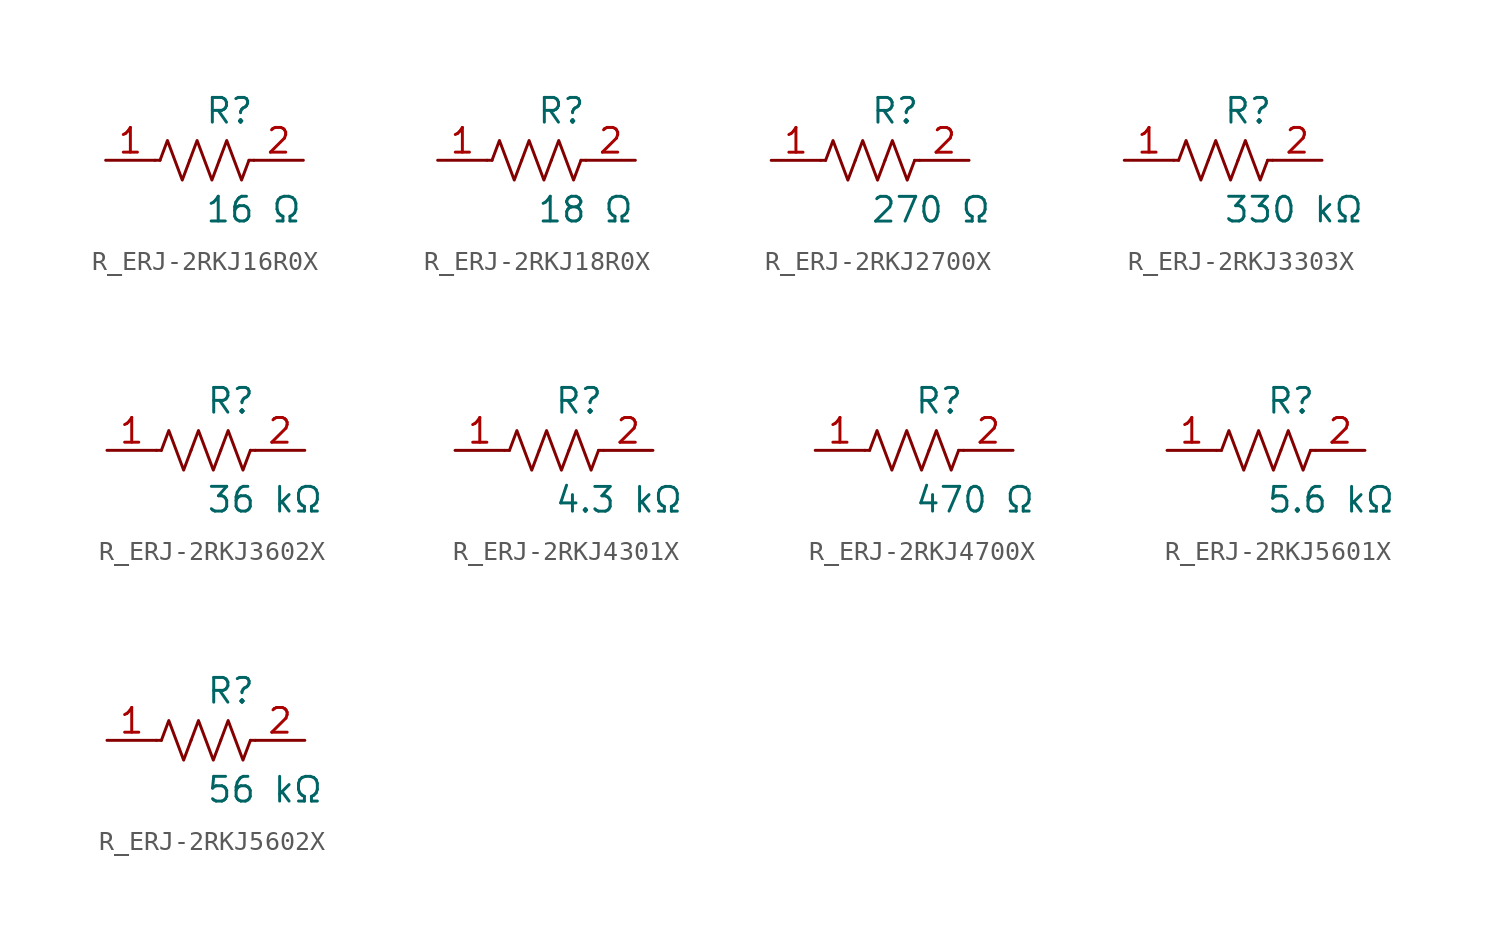
<source format=kicad_sym>
(kicad_symbol_lib
  (version 20231120)
  (generator kicad_symbol_editor)
  (generator_version 8.0)
  (symbol "R_ERJ-2RKJ16R0X"
    (pin_names
      (offset 0.254))
    (property "Reference" "R"
      (at 0.0 2.54 0)
      (effects (font (size 1.27 1.27)) (justify left)))
    (property "Value" "16 Ω"
      (at 0.0 -2.54 0)
      (effects (font (size 1.27 1.27)) (justify left)))
    (symbol "R_ERJ-2RKJ16R0X_0_1"
      (polyline (pts (xy 2.286 0) (xy 2.54 0)) (stroke (width 0) (type default)) (fill (type none)))
      (polyline (pts (xy -2.286 0) (xy -2.54 0)) (stroke (width 0) (type default)) (fill (type none)))
      (polyline (pts (xy 0.762 0) (xy 1.143 1.016) (xy 1.524 0) (xy 1.905 -1.016) (xy 2.286 0)) (stroke (width 0) (type default)) (fill (type none)))
      (polyline (pts (xy -0.762 0) (xy -0.381 1.016) (xy 0 0) (xy 0.381 -1.016) (xy 0.762 0)) (stroke (width 0) (type default)) (fill (type none)))
      (polyline (pts (xy -2.286 0) (xy -1.905 1.016) (xy -1.524 0) (xy -1.143 -1.016) (xy -0.762 0)) (stroke (width 0) (type default)) (fill (type none))))
    (pin unspecified line
      (at -5.08 0 0)
      (length 2.54)
      (name "" (effects (font (size 1.27 1.27))))
      (number "1" (effects (font (size 1.27 1.27)))))
    (pin unspecified line
      (at 5.08 0 180)
      (length 2.54)
      (name "" (effects (font (size 1.27 1.27))))
      (number "2" (effects (font (size 1.27 1.27))))))
  (symbol "R_ERJ-2RKJ18R0X"
    (pin_names
      (offset 0.254))
    (property "Reference" "R"
      (at 0.0 2.54 0)
      (effects (font (size 1.27 1.27)) (justify left)))
    (property "Value" "18 Ω"
      (at 0.0 -2.54 0)
      (effects (font (size 1.27 1.27)) (justify left)))
    (symbol "R_ERJ-2RKJ18R0X_0_1"
      (polyline (pts (xy 2.286 0) (xy 2.54 0)) (stroke (width 0) (type default)) (fill (type none)))
      (polyline (pts (xy -2.286 0) (xy -2.54 0)) (stroke (width 0) (type default)) (fill (type none)))
      (polyline (pts (xy 0.762 0) (xy 1.143 1.016) (xy 1.524 0) (xy 1.905 -1.016) (xy 2.286 0)) (stroke (width 0) (type default)) (fill (type none)))
      (polyline (pts (xy -0.762 0) (xy -0.381 1.016) (xy 0 0) (xy 0.381 -1.016) (xy 0.762 0)) (stroke (width 0) (type default)) (fill (type none)))
      (polyline (pts (xy -2.286 0) (xy -1.905 1.016) (xy -1.524 0) (xy -1.143 -1.016) (xy -0.762 0)) (stroke (width 0) (type default)) (fill (type none))))
    (pin unspecified line
      (at -5.08 0 0)
      (length 2.54)
      (name "" (effects (font (size 1.27 1.27))))
      (number "1" (effects (font (size 1.27 1.27)))))
    (pin unspecified line
      (at 5.08 0 180)
      (length 2.54)
      (name "" (effects (font (size 1.27 1.27))))
      (number "2" (effects (font (size 1.27 1.27))))))
  (symbol "R_ERJ-2RKJ2700X"
    (pin_names
      (offset 0.254))
    (property "Reference" "R"
      (at 0.0 2.54 0)
      (effects (font (size 1.27 1.27)) (justify left)))
    (property "Value" "270 Ω"
      (at 0.0 -2.54 0)
      (effects (font (size 1.27 1.27)) (justify left)))
    (symbol "R_ERJ-2RKJ2700X_0_1"
      (polyline (pts (xy 2.286 0) (xy 2.54 0)) (stroke (width 0) (type default)) (fill (type none)))
      (polyline (pts (xy -2.286 0) (xy -2.54 0)) (stroke (width 0) (type default)) (fill (type none)))
      (polyline (pts (xy 0.762 0) (xy 1.143 1.016) (xy 1.524 0) (xy 1.905 -1.016) (xy 2.286 0)) (stroke (width 0) (type default)) (fill (type none)))
      (polyline (pts (xy -0.762 0) (xy -0.381 1.016) (xy 0 0) (xy 0.381 -1.016) (xy 0.762 0)) (stroke (width 0) (type default)) (fill (type none)))
      (polyline (pts (xy -2.286 0) (xy -1.905 1.016) (xy -1.524 0) (xy -1.143 -1.016) (xy -0.762 0)) (stroke (width 0) (type default)) (fill (type none))))
    (pin unspecified line
      (at -5.08 0 0)
      (length 2.54)
      (name "" (effects (font (size 1.27 1.27))))
      (number "1" (effects (font (size 1.27 1.27)))))
    (pin unspecified line
      (at 5.08 0 180)
      (length 2.54)
      (name "" (effects (font (size 1.27 1.27))))
      (number "2" (effects (font (size 1.27 1.27))))))
  (symbol "R_ERJ-2RKJ3303X"
    (pin_names
      (offset 0.254))
    (property "Reference" "R"
      (at 0.0 2.54 0)
      (effects (font (size 1.27 1.27)) (justify left)))
    (property "Value" "330 kΩ"
      (at 0.0 -2.54 0)
      (effects (font (size 1.27 1.27)) (justify left)))
    (symbol "R_ERJ-2RKJ3303X_0_1"
      (polyline (pts (xy 2.286 0) (xy 2.54 0)) (stroke (width 0) (type default)) (fill (type none)))
      (polyline (pts (xy -2.286 0) (xy -2.54 0)) (stroke (width 0) (type default)) (fill (type none)))
      (polyline (pts (xy 0.762 0) (xy 1.143 1.016) (xy 1.524 0) (xy 1.905 -1.016) (xy 2.286 0)) (stroke (width 0) (type default)) (fill (type none)))
      (polyline (pts (xy -0.762 0) (xy -0.381 1.016) (xy 0 0) (xy 0.381 -1.016) (xy 0.762 0)) (stroke (width 0) (type default)) (fill (type none)))
      (polyline (pts (xy -2.286 0) (xy -1.905 1.016) (xy -1.524 0) (xy -1.143 -1.016) (xy -0.762 0)) (stroke (width 0) (type default)) (fill (type none))))
    (pin unspecified line
      (at -5.08 0 0)
      (length 2.54)
      (name "" (effects (font (size 1.27 1.27))))
      (number "1" (effects (font (size 1.27 1.27)))))
    (pin unspecified line
      (at 5.08 0 180)
      (length 2.54)
      (name "" (effects (font (size 1.27 1.27))))
      (number "2" (effects (font (size 1.27 1.27))))))
  (symbol "R_ERJ-2RKJ3602X"
    (pin_names
      (offset 0.254))
    (property "Reference" "R"
      (at 0.0 2.54 0)
      (effects (font (size 1.27 1.27)) (justify left)))
    (property "Value" "36 kΩ"
      (at 0.0 -2.54 0)
      (effects (font (size 1.27 1.27)) (justify left)))
    (symbol "R_ERJ-2RKJ3602X_0_1"
      (polyline (pts (xy 2.286 0) (xy 2.54 0)) (stroke (width 0) (type default)) (fill (type none)))
      (polyline (pts (xy -2.286 0) (xy -2.54 0)) (stroke (width 0) (type default)) (fill (type none)))
      (polyline (pts (xy 0.762 0) (xy 1.143 1.016) (xy 1.524 0) (xy 1.905 -1.016) (xy 2.286 0)) (stroke (width 0) (type default)) (fill (type none)))
      (polyline (pts (xy -0.762 0) (xy -0.381 1.016) (xy 0 0) (xy 0.381 -1.016) (xy 0.762 0)) (stroke (width 0) (type default)) (fill (type none)))
      (polyline (pts (xy -2.286 0) (xy -1.905 1.016) (xy -1.524 0) (xy -1.143 -1.016) (xy -0.762 0)) (stroke (width 0) (type default)) (fill (type none))))
    (pin unspecified line
      (at -5.08 0 0)
      (length 2.54)
      (name "" (effects (font (size 1.27 1.27))))
      (number "1" (effects (font (size 1.27 1.27)))))
    (pin unspecified line
      (at 5.08 0 180)
      (length 2.54)
      (name "" (effects (font (size 1.27 1.27))))
      (number "2" (effects (font (size 1.27 1.27))))))
  (symbol "R_ERJ-2RKJ4301X"
    (pin_names
      (offset 0.254))
    (property "Reference" "R"
      (at 0.0 2.54 0)
      (effects (font (size 1.27 1.27)) (justify left)))
    (property "Value" "4.3 kΩ"
      (at 0.0 -2.54 0)
      (effects (font (size 1.27 1.27)) (justify left)))
    (symbol "R_ERJ-2RKJ4301X_0_1"
      (polyline (pts (xy 2.286 0) (xy 2.54 0)) (stroke (width 0) (type default)) (fill (type none)))
      (polyline (pts (xy -2.286 0) (xy -2.54 0)) (stroke (width 0) (type default)) (fill (type none)))
      (polyline (pts (xy 0.762 0) (xy 1.143 1.016) (xy 1.524 0) (xy 1.905 -1.016) (xy 2.286 0)) (stroke (width 0) (type default)) (fill (type none)))
      (polyline (pts (xy -0.762 0) (xy -0.381 1.016) (xy 0 0) (xy 0.381 -1.016) (xy 0.762 0)) (stroke (width 0) (type default)) (fill (type none)))
      (polyline (pts (xy -2.286 0) (xy -1.905 1.016) (xy -1.524 0) (xy -1.143 -1.016) (xy -0.762 0)) (stroke (width 0) (type default)) (fill (type none))))
    (pin unspecified line
      (at -5.08 0 0)
      (length 2.54)
      (name "" (effects (font (size 1.27 1.27))))
      (number "1" (effects (font (size 1.27 1.27)))))
    (pin unspecified line
      (at 5.08 0 180)
      (length 2.54)
      (name "" (effects (font (size 1.27 1.27))))
      (number "2" (effects (font (size 1.27 1.27))))))
  (symbol "R_ERJ-2RKJ4700X"
    (pin_names
      (offset 0.254))
    (property "Reference" "R"
      (at 0.0 2.54 0)
      (effects (font (size 1.27 1.27)) (justify left)))
    (property "Value" "470 Ω"
      (at 0.0 -2.54 0)
      (effects (font (size 1.27 1.27)) (justify left)))
    (symbol "R_ERJ-2RKJ4700X_0_1"
      (polyline (pts (xy 2.286 0) (xy 2.54 0)) (stroke (width 0) (type default)) (fill (type none)))
      (polyline (pts (xy -2.286 0) (xy -2.54 0)) (stroke (width 0) (type default)) (fill (type none)))
      (polyline (pts (xy 0.762 0) (xy 1.143 1.016) (xy 1.524 0) (xy 1.905 -1.016) (xy 2.286 0)) (stroke (width 0) (type default)) (fill (type none)))
      (polyline (pts (xy -0.762 0) (xy -0.381 1.016) (xy 0 0) (xy 0.381 -1.016) (xy 0.762 0)) (stroke (width 0) (type default)) (fill (type none)))
      (polyline (pts (xy -2.286 0) (xy -1.905 1.016) (xy -1.524 0) (xy -1.143 -1.016) (xy -0.762 0)) (stroke (width 0) (type default)) (fill (type none))))
    (pin unspecified line
      (at -5.08 0 0)
      (length 2.54)
      (name "" (effects (font (size 1.27 1.27))))
      (number "1" (effects (font (size 1.27 1.27)))))
    (pin unspecified line
      (at 5.08 0 180)
      (length 2.54)
      (name "" (effects (font (size 1.27 1.27))))
      (number "2" (effects (font (size 1.27 1.27))))))
  (symbol "R_ERJ-2RKJ5601X"
    (pin_names
      (offset 0.254))
    (property "Reference" "R"
      (at 0.0 2.54 0)
      (effects (font (size 1.27 1.27)) (justify left)))
    (property "Value" "5.6 kΩ"
      (at 0.0 -2.54 0)
      (effects (font (size 1.27 1.27)) (justify left)))
    (symbol "R_ERJ-2RKJ5601X_0_1"
      (polyline (pts (xy 2.286 0) (xy 2.54 0)) (stroke (width 0) (type default)) (fill (type none)))
      (polyline (pts (xy -2.286 0) (xy -2.54 0)) (stroke (width 0) (type default)) (fill (type none)))
      (polyline (pts (xy 0.762 0) (xy 1.143 1.016) (xy 1.524 0) (xy 1.905 -1.016) (xy 2.286 0)) (stroke (width 0) (type default)) (fill (type none)))
      (polyline (pts (xy -0.762 0) (xy -0.381 1.016) (xy 0 0) (xy 0.381 -1.016) (xy 0.762 0)) (stroke (width 0) (type default)) (fill (type none)))
      (polyline (pts (xy -2.286 0) (xy -1.905 1.016) (xy -1.524 0) (xy -1.143 -1.016) (xy -0.762 0)) (stroke (width 0) (type default)) (fill (type none))))
    (pin unspecified line
      (at -5.08 0 0)
      (length 2.54)
      (name "" (effects (font (size 1.27 1.27))))
      (number "1" (effects (font (size 1.27 1.27)))))
    (pin unspecified line
      (at 5.08 0 180)
      (length 2.54)
      (name "" (effects (font (size 1.27 1.27))))
      (number "2" (effects (font (size 1.27 1.27))))))
  (symbol "R_ERJ-2RKJ5602X"
    (pin_names
      (offset 0.254))
    (property "Reference" "R"
      (at 0.0 2.54 0)
      (effects (font (size 1.27 1.27)) (justify left)))
    (property "Value" "56 kΩ"
      (at 0.0 -2.54 0)
      (effects (font (size 1.27 1.27)) (justify left)))
    (symbol "R_ERJ-2RKJ5602X_0_1"
      (polyline (pts (xy 2.286 0) (xy 2.54 0)) (stroke (width 0) (type default)) (fill (type none)))
      (polyline (pts (xy -2.286 0) (xy -2.54 0)) (stroke (width 0) (type default)) (fill (type none)))
      (polyline (pts (xy 0.762 0) (xy 1.143 1.016) (xy 1.524 0) (xy 1.905 -1.016) (xy 2.286 0)) (stroke (width 0) (type default)) (fill (type none)))
      (polyline (pts (xy -0.762 0) (xy -0.381 1.016) (xy 0 0) (xy 0.381 -1.016) (xy 0.762 0)) (stroke (width 0) (type default)) (fill (type none)))
      (polyline (pts (xy -2.286 0) (xy -1.905 1.016) (xy -1.524 0) (xy -1.143 -1.016) (xy -0.762 0)) (stroke (width 0) (type default)) (fill (type none))))
    (pin unspecified line
      (at -5.08 0 0)
      (length 2.54)
      (name "" (effects (font (size 1.27 1.27))))
      (number "1" (effects (font (size 1.27 1.27)))))
    (pin unspecified line
      (at 5.08 0 180)
      (length 2.54)
      (name "" (effects (font (size 1.27 1.27))))
      (number "2" (effects (font (size 1.27 1.27)))))))
</source>
